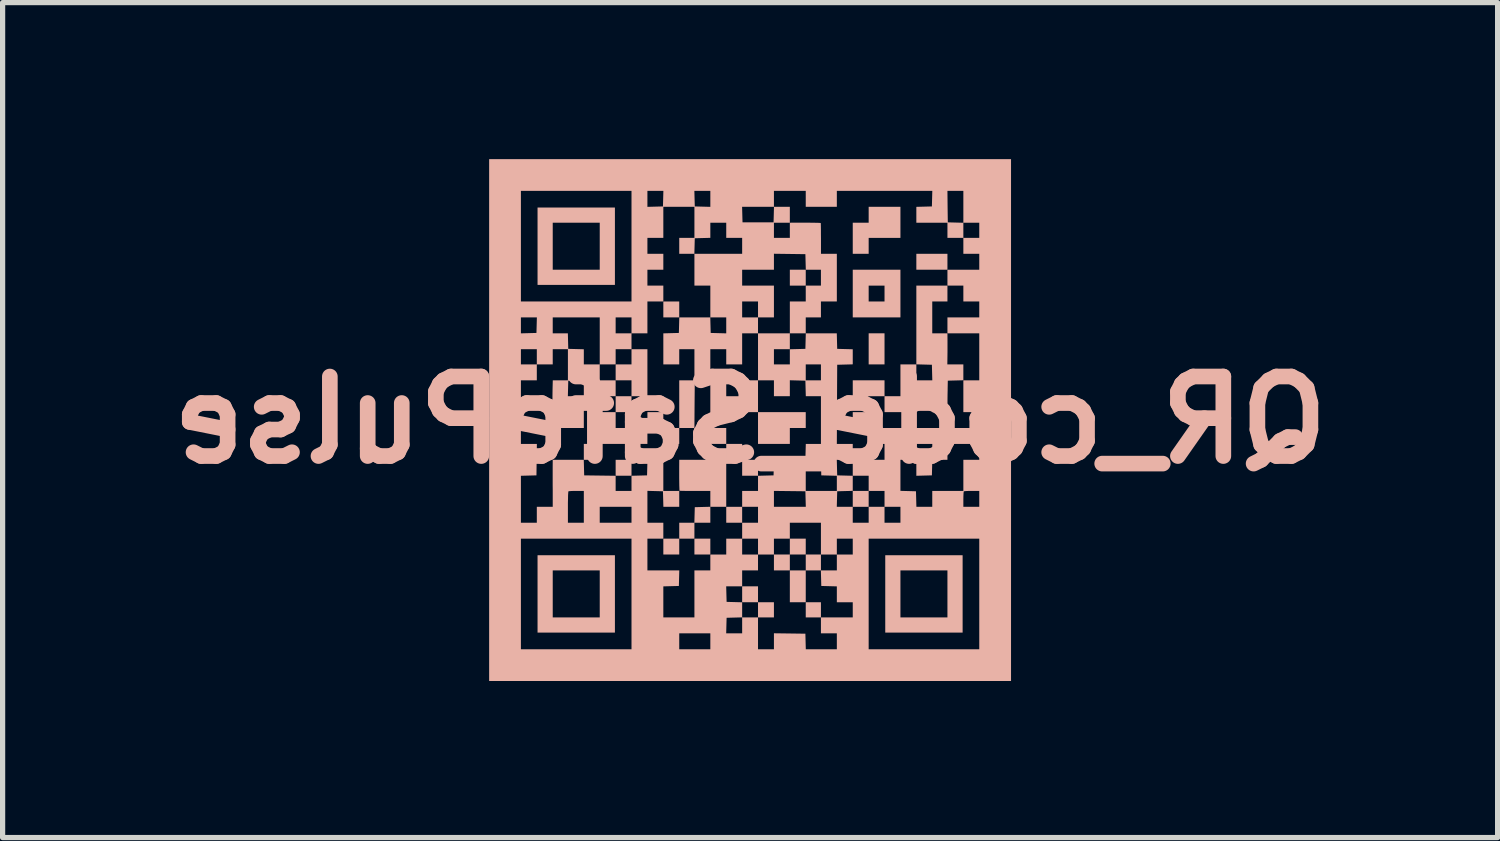
<source format=kicad_pcb>
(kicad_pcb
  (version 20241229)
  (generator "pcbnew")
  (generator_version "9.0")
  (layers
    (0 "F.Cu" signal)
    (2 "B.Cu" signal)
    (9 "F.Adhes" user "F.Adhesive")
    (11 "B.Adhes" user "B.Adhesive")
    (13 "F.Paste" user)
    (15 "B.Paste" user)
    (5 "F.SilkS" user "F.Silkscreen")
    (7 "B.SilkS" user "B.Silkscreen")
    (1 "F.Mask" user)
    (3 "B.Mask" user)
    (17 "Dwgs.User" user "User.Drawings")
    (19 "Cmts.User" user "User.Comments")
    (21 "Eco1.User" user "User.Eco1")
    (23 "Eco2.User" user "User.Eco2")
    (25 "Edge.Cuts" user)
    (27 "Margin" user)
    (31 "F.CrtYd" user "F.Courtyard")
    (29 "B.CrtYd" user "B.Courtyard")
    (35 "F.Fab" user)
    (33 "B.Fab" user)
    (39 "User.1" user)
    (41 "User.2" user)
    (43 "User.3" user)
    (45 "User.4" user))
  (footprint "QR_code_SafePulse"
    (layer "F.Cu")
    (at 11.328 5.002)
    (property "Reference" "QR_code_SafePulse" (at 0 0 0) (layer "B.SilkS") (effects (font (size 1.524 1.524) (thickness 0.3)) (justify mirror)))
    (attr through_hole)
    (fp_poly (pts (xy -2.882 0.457) (xy -3.187 0.457) (xy -3.187 0.762) (xy -2.882 0.762)) (stroke (width 0) (type solid)) (fill yes) (layer "B.SilkS"))
    (fp_poly (pts (xy -2.273 -0.457) (xy -2.577 -0.457) (xy -2.577 -0.152) (xy -2.273 -0.152)) (stroke (width 0) (type solid)) (fill yes) (layer "B.SilkS"))
    (fp_poly (pts (xy -2.273 0.762) (xy -2.577 0.762) (xy -2.577 1.067) (xy -2.273 1.067)) (stroke (width 0) (type solid)) (fill yes) (layer "B.SilkS"))
    (fp_poly (pts (xy -1.663 -0.152) (xy -1.968 -0.152) (xy -1.968 0.152) (xy -1.663 0.152)) (stroke (width 0) (type solid)) (fill yes) (layer "B.SilkS"))
    (fp_poly (pts (xy -1.358 -2.273) (xy -1.663 -2.273) (xy -1.663 -1.968) (xy -1.358 -1.968)) (stroke (width 0) (type solid)) (fill yes) (layer "B.SilkS"))
    (fp_poly (pts (xy -1.358 0.152) (xy -1.663 0.152) (xy -1.663 0.457) (xy -1.358 0.457)) (stroke (width 0) (type solid)) (fill yes) (layer "B.SilkS"))
    (fp_poly (pts (xy -1.358 2.273) (xy -1.663 2.273) (xy -1.663 2.577) (xy -1.358 2.577)) (stroke (width 0) (type solid)) (fill yes) (layer "B.SilkS"))
    (fp_poly (pts (xy -0.762 2.273) (xy -1.067 2.273) (xy -1.067 2.577) (xy -0.762 2.577)) (stroke (width 0) (type solid)) (fill yes) (layer "B.SilkS"))
    (fp_poly (pts (xy -0.457 0.152) (xy -1.067 0.152) (xy -1.067 0.457) (xy -0.457 0.457)) (stroke (width 0) (type solid)) (fill yes) (layer "B.SilkS"))
    (fp_poly (pts (xy -0.152 0.457) (xy -0.457 0.457) (xy -0.457 0.762) (xy -0.152 0.762)) (stroke (width 0) (type solid)) (fill yes) (layer "B.SilkS"))
    (fp_poly (pts (xy -0.152 1.663) (xy -0.457 1.663) (xy -0.457 1.968) (xy -0.152 1.968)) (stroke (width 0) (type solid)) (fill yes) (layer "B.SilkS"))
    (fp_poly (pts (xy 0.152 0.762) (xy -0.152 0.762) (xy -0.152 1.067) (xy 0.152 1.067)) (stroke (width 0) (type solid)) (fill yes) (layer "B.SilkS"))
    (fp_poly (pts (xy 0.152 3.187) (xy -0.152 3.187) (xy -0.152 3.492) (xy 0.152 3.492)) (stroke (width 0) (type solid)) (fill yes) (layer "B.SilkS"))
    (fp_poly (pts (xy 0.457 3.492) (xy 0.152 3.492) (xy 0.152 3.783) (xy 0.457 3.783)) (stroke (width 0) (type solid)) (fill yes) (layer "B.SilkS"))
    (fp_poly (pts (xy 1.067 -2.882) (xy 0.762 -2.882) (xy 0.762 -2.577) (xy 1.067 -2.577)) (stroke (width 0) (type solid)) (fill yes) (layer "B.SilkS"))
    (fp_poly (pts (xy 1.358 3.492) (xy 1.067 3.492) (xy 1.067 3.783) (xy 1.358 3.783)) (stroke (width 0) (type solid)) (fill yes) (layer "B.SilkS"))
    (fp_poly (pts (xy 2.273 -0.152) (xy 1.968 -0.152) (xy 1.968 0.152) (xy 2.273 0.152)) (stroke (width 0) (type solid)) (fill yes) (layer "B.SilkS"))
    (fp_poly (pts (xy 2.273 1.358) (xy 1.968 1.358) (xy 1.968 1.663) (xy 2.273 1.663)) (stroke (width 0) (type solid)) (fill yes) (layer "B.SilkS"))
    (fp_poly (pts (xy 2.577 -1.663) (xy 2.273 -1.663) (xy 2.273 -1.067) (xy 2.577 -1.067)) (stroke (width 0) (type solid)) (fill yes) (layer "B.SilkS"))
    (fp_poly (pts (xy 2.577 -0.762) (xy 1.968 -0.762) (xy 1.968 -0.457) (xy 2.577 -0.457)) (stroke (width 0) (type solid)) (fill yes) (layer "B.SilkS"))
    (fp_poly (pts (xy 3.783 -3.187) (xy 3.187 -3.187) (xy 3.187 -2.882) (xy 3.783 -2.882)) (stroke (width 0) (type solid)) (fill yes) (layer "B.SilkS"))
    (fp_poly (pts (xy -1.968 0.152) (xy -2.577 0.152) (xy -2.577 -0.152) (xy -2.882 -0.152) (xy -2.882 0.457) (xy -1.968 0.457)) (stroke (width 0) (type solid)) (fill yes) (layer "B.SilkS"))
    (fp_poly (pts (xy 0.762 0.152) (xy 1.067 0.152) (xy 1.067 -0.152) (xy 0.152 -0.152) (xy 0.152 0.457) (xy 0.762 0.457)) (stroke (width 0) (type solid)) (fill yes) (layer "B.SilkS"))
    (fp_poly (pts (xy -1.968 -1.358) (xy -2.273 -1.358) (xy -2.273 -1.067) (xy -2.577 -1.067) (xy -2.577 -0.762) (xy -2.273 -0.762) (xy -2.273 -0.457) (xy -1.968 -0.457)) (stroke (width 0) (type solid)) (fill yes) (layer "B.SilkS"))
    (fp_poly (pts (xy 0.152 -0.762) (xy -0.152 -0.762) (xy -0.152 -0.457) (xy -0.457 -0.457) (xy -0.457 -0.762) (xy -0.762 -0.762) (xy -0.762 -0.152) (xy 0.152 -0.152)) (stroke (width 0) (type solid)) (fill yes) (layer "B.SilkS"))
    (fp_poly (pts (xy 2.273 -3.492) (xy 2.882 -3.492) (xy 2.882 -4.088) (xy 2.273 -4.088) (xy 2.273 -3.783) (xy 1.968 -3.783) (xy 1.968 -3.187) (xy 2.273 -3.187)) (stroke (width 0) (type solid)) (fill yes) (layer "B.SilkS"))
    (fp_poly (pts (xy -2.591 -4.074) (xy -4.074 -4.074) (xy -4.074 -2.882) (xy -3.783 -2.882) (xy -3.783 -3.783) (xy -2.882 -3.783) (xy -2.882 -2.882) (xy -3.783 -2.882) (xy -4.074 -2.882) (xy -4.074 -2.591) (xy -2.591 -2.591)) (stroke (width 0) (type solid)) (fill yes) (layer "B.SilkS"))
    (fp_poly (pts (xy -2.591 2.591) (xy -4.074 2.591) (xy -4.074 3.783) (xy -3.783 3.783) (xy -3.783 2.882) (xy -2.882 2.882) (xy -2.882 3.783) (xy -3.783 3.783) (xy -4.074 3.783) (xy -4.074 4.074) (xy -2.591 4.074)) (stroke (width 0) (type solid)) (fill yes) (layer "B.SilkS"))
    (fp_poly (pts (xy 2.882 -2.882) (xy 1.968 -2.882) (xy 1.968 -2.273) (xy 2.273 -2.273) (xy 2.273 -2.577) (xy 2.577 -2.577) (xy 2.577 -2.273) (xy 2.273 -2.273) (xy 1.968 -2.273) (xy 1.968 -1.968) (xy 2.882 -1.968)) (stroke (width 0) (type solid)) (fill yes) (layer "B.SilkS"))
    (fp_poly (pts (xy 4.074 2.591) (xy 2.591 2.591) (xy 2.591 3.783) (xy 2.882 3.783) (xy 2.882 2.882) (xy 3.783 2.882) (xy 3.783 3.783) (xy 2.882 3.783) (xy 2.591 3.783) (xy 2.591 4.074) (xy 4.074 4.074)) (stroke (width 0) (type solid)) (fill yes) (layer "B.SilkS"))
    (fp_poly (pts (xy 1.358 2.882) (xy 1.358 2.577) (xy 1.067 2.577) (xy 1.067 2.273) (xy 0.762 2.273) (xy 0.762 2.577) (xy 0.457 2.577) (xy 0.457 2.882) (xy 0.762 2.882) (xy 0.762 2.577) (xy 1.067 2.577) (xy 1.067 2.882) (xy 0.762 2.882) (xy 0.762 3.492) (xy 1.067 3.492) (xy 1.067 2.882)) (stroke (width 0) (type solid)) (fill yes) (layer "B.SilkS"))
    (fp_poly (pts (xy -1.067 1.968) (xy -0.762 1.968) (xy -0.762 1.663) (xy -0.457 1.663) (xy -0.457 0.762) (xy -1.358 0.762) (xy -1.359 0.911) (xy -1.359 1.009) (xy -1.359 1.102) (xy -1.358 1.186) (xy -1.357 1.258) (xy -1.355 1.312) (xy -1.354 1.345) (xy -1.352 1.355) (xy -1.338 1.356) (xy -1.3 1.357) (xy -1.242 1.358) (xy -1.169 1.358) (xy -1.085 1.359) (xy -1.055 1.359) (xy -0.762 1.359) (xy -0.762 1.662) (xy -0.911 1.666) (xy -1.06 1.67) (xy -1.064 1.819) (xy -1.068 1.968) (xy -1.358 1.968) (xy -1.358 2.273) (xy -1.067 2.273)) (stroke (width 0) (type solid)) (fill yes) (layer "B.SilkS"))
    (fp_poly (pts (xy 2.577 -0.152) (xy 3.187 -0.152) (xy 3.187 -0.458) (xy 3.336 -0.454) (xy 3.485 -0.45) (xy 3.489 -0.301) (xy 3.493 -0.152) (xy 3.783 -0.152) (xy 3.784 -0.301) (xy 3.784 -0.385) (xy 3.785 -0.48) (xy 3.787 -0.57) (xy 3.787 -0.603) (xy 3.79 -0.755) (xy 3.939 -0.759) (xy 4.088 -0.763) (xy 4.088 -1.067) (xy 3.781 -1.067) (xy 3.783 -1.216) (xy 3.784 -1.3) (xy 3.784 -1.396) (xy 3.784 -1.486) (xy 3.784 -1.514) (xy 3.783 -1.663) (xy 3.492 -1.663) (xy 3.492 -2.273) (xy 3.783 -2.273) (xy 3.783 -2.577) (xy 3.187 -2.577) (xy 3.187 -1.068) (xy 3.336 -1.064) (xy 3.485 -1.06) (xy 3.493 -0.762) (xy 3.187 -0.762) (xy 3.187 -1.067) (xy 2.882 -1.067) (xy 2.882 -0.457) (xy 2.577 -0.457)) (stroke (width 0) (type solid)) (fill yes) (layer "B.SilkS"))
    (fp_poly (pts (xy 5.002 -5.002) (xy -5.002 -5.002) (xy -5.002 -2.273) (xy -4.393 -2.273) (xy -4.393 -4.393) (xy -2.273 -4.393) (xy -1.968 -4.393) (xy -1.662 -4.393) (xy -1.068 -4.393) (xy -0.762 -4.393) (xy -0.762 -4.088) (xy -0.153 -4.088) (xy 0.457 -4.088) (xy 0.457 -4.393) (xy 1.067 -4.393) (xy 1.067 -4.088) (xy 1.663 -4.088) (xy 1.663 -4.393) (xy 3.493 -4.393) (xy 3.783 -4.393) (xy 4.088 -4.393) (xy 4.088 -3.783) (xy 4.393 -3.783) (xy 4.393 -3.492) (xy 4.088 -3.492) (xy 4.088 -3.782) (xy 3.939 -3.786) (xy 3.79 -3.79) (xy 3.786 -4.091) (xy 3.783 -4.393) (xy 3.493 -4.393) (xy 3.489 -4.244) (xy 3.485 -4.095) (xy 3.336 -4.091) (xy 3.187 -4.087) (xy 3.187 -3.783) (xy 3.783 -3.783) (xy 3.783 -3.492) (xy 4.088 -3.492) (xy 4.088 -3.187) (xy 4.393 -3.187) (xy 4.393 -2.882) (xy 3.783 -2.882) (xy 3.783 -2.577) (xy 4.088 -2.577) (xy 4.088 -2.273) (xy 4.393 -2.273) (xy 4.393 -1.968) (xy 3.783 -1.968) (xy 3.783 -1.663) (xy 4.393 -1.663) (xy 4.393 -0.762) (xy 4.088 -0.762) (xy 4.088 -0.152) (xy 4.393 -0.152) (xy 4.393 0.152) (xy 2.273 0.152) (xy 2.273 0.457) (xy 2.577 0.457) (xy 2.577 0.762) (xy 1.968 0.762) (xy 1.968 0.457) (xy 1.663 0.457) (xy 1.666 -0.301) (xy 1.67 -1.06) (xy 1.819 -1.064) (xy 1.968 -1.068) (xy 1.968 -1.357) (xy 1.819 -1.361) (xy 1.67 -1.365) (xy 1.666 -1.514) (xy 1.662 -1.663) (xy 1.068 -1.663) (xy 1.064 -1.514) (xy 1.06 -1.365) (xy 0.762 -1.357) (xy 0.762 -1.067) (xy 0.457 -1.067) (xy 0.457 -1.358) (xy 0.762 -1.358) (xy 0.762 -1.663) (xy 1.067 -1.663) (xy 1.067 -1.968) (xy 1.358 -1.968) (xy 1.358 -2.273) (xy 1.663 -2.273) (xy 1.663 -3.187) (xy 1.359 -3.187) (xy 1.359 -3.48) (xy 1.358 -3.567) (xy 1.358 -3.644) (xy 1.357 -3.707) (xy 1.356 -3.752) (xy 1.355 -3.775) (xy 1.355 -3.777) (xy 1.339 -3.779) (xy 1.3 -3.781) (xy 1.241 -3.782) (xy 1.167 -3.783) (xy 1.08 -3.784) (xy 0.985 -3.784) (xy 0.911 -3.784) (xy 0.762 -3.783) (xy 0.762 -4.088) (xy 0.458 -4.088) (xy 0.454 -3.939) (xy 0.45 -3.79) (xy -0.145 -3.79) (xy -0.149 -3.939) (xy -0.153 -4.088) (xy -0.762 -4.088) (xy -0.762 -4.087) (xy -0.911 -4.091) (xy -1.06 -4.095) (xy -1.064 -4.244) (xy -1.068 -4.393) (xy -1.662 -4.393) (xy -1.666 -4.244) (xy -1.67 -4.095) (xy -1.819 -4.091) (xy -1.968 -4.087) (xy -1.968 -4.393) (xy -2.273 -4.393) (xy -2.273 -2.273) (xy -4.393 -2.273) (xy -5.002 -2.273) (xy -5.002 -1.968) (xy -4.393 -1.968) (xy -4.087 -1.968) (xy -4.091 -1.819) (xy -4.095 -1.67) (xy -4.244 -1.666) (xy -4.357 -1.663) (xy -3.783 -1.663) (xy -3.783 -1.968) (xy -2.882 -1.968) (xy -2.882 -1.663) (xy -2.577 -1.663) (xy -2.577 -1.968) (xy -2.273 -1.968) (xy -2.273 -1.663) (xy -2.577 -1.663) (xy -2.882 -1.663) (xy -2.882 -1.067) (xy -3.187 -1.067) (xy -3.187 -1.357) (xy -3.336 -1.361) (xy -3.485 -1.365) (xy -3.489 -1.514) (xy -3.493 -1.663) (xy -3.783 -1.663) (xy -4.357 -1.663) (xy -4.393 -1.662) (xy -4.393 -1.968) (xy -5.002 -1.968) (xy -5.002 -1.067) (xy -4.393 -1.067) (xy -4.393 -1.358) (xy -4.088 -1.358) (xy -4.088 -1.067) (xy -4.393 -1.067) (xy -5.002 -1.067) (xy -5.002 1.968) (xy -4.393 1.968) (xy -4.393 1.068) (xy -4.244 1.064) (xy -4.095 1.06) (xy -4.091 0.759) (xy -4.087 0.457) (xy -4.393 0.457) (xy -4.393 -0.762) (xy -4.088 -0.762) (xy -4.088 -1.067) (xy -3.783 -1.067) (xy -3.783 -1.358) (xy -3.492 -1.358) (xy -3.492 -0.762) (xy -3.782 -0.762) (xy -3.786 -0.606) (xy -3.787 -0.543) (xy -3.788 -0.46) (xy -3.788 -0.457) (xy -3.493 -0.457) (xy -3.489 -0.606) (xy -3.485 -0.755) (xy -3.336 -0.759) (xy -3.187 -0.763) (xy -3.187 -0.457) (xy -3.493 -0.457) (xy -3.788 -0.457) (xy -3.788 -0.363) (xy -3.787 -0.26) (xy -3.786 -0.159) (xy -3.786 -0.149) (xy -3.782 0.152) (xy -3.187 0.152) (xy -3.187 -0.457) (xy -2.577 -0.457) (xy -2.577 -0.762) (xy -2.882 -0.762) (xy -2.882 -1.067) (xy -2.577 -1.067) (xy -2.577 -1.358) (xy -2.273 -1.358) (xy -2.273 -1.663) (xy -1.968 -1.663) (xy -1.968 -2.273) (xy -1.663 -2.273) (xy -1.663 -2.577) (xy -1.968 -2.577) (xy -1.968 -2.882) (xy -1.663 -2.882) (xy -1.663 -3.187) (xy -1.968 -3.187) (xy -1.968 -3.492) (xy -1.663 -3.492) (xy -1.663 -4.088) (xy -1.067 -4.088) (xy -1.067 -3.492) (xy -1.358 -3.492) (xy -1.358 -3.187) (xy -1.068 -3.187) (xy -1.064 -3.336) (xy -1.06 -3.485) (xy -0.911 -3.489) (xy -0.762 -3.493) (xy -0.762 -3.783) (xy -0.457 -3.783) (xy -0.457 -3.492) (xy -0.152 -3.492) (xy 0.457 -3.492) (xy 0.457 -3.783) (xy 0.762 -3.783) (xy 0.762 -3.492) (xy 0.457 -3.492) (xy -0.152 -3.492) (xy -0.152 -3.187) (xy -1.067 -3.187) (xy -1.067 -2.577) (xy -0.762 -2.577) (xy -0.152 -2.577) (xy -0.152 -2.882) (xy 0.457 -2.882) (xy 0.457 -3.188) (xy 0.759 -3.184) (xy 1.06 -3.18) (xy 1.064 -3.031) (xy 1.068 -2.882) (xy 1.358 -2.882) (xy 1.358 -2.577) (xy 1.067 -2.577) (xy 1.067 -2.273) (xy 0.762 -2.273) (xy 0.762 -1.663) (xy 0.152 -1.663) (xy 0.152 -1.968) (xy 0.457 -1.968) (xy 0.457 -2.577) (xy -0.152 -2.577) (xy -0.762 -2.577) (xy -0.762 -1.968) (xy -0.457 -1.968) (xy -0.152 -1.968) (xy -0.152 -2.273) (xy 0.152 -2.273) (xy 0.152 -1.968) (xy -0.152 -1.968) (xy -0.457 -1.968) (xy -0.457 -1.662) (xy -0.606 -1.666) (xy -0.755 -1.67) (xy -0.759 -1.819) (xy -0.763 -1.968) (xy -1.357 -1.968) (xy -1.361 -1.819) (xy -1.365 -1.67) (xy -1.514 -1.666) (xy -1.663 -1.662) (xy -1.663 -1.067) (xy -1.358 -1.067) (xy -1.358 -1.358) (xy -1.067 -1.358) (xy -1.067 -0.762) (xy -1.358 -0.762) (xy -1.358 0.152) (xy -1.067 0.152) (xy -1.064 -0.301) (xy -1.06 -0.755) (xy -0.911 -0.759) (xy -0.762 -0.763) (xy -0.762 -1.358) (xy -0.457 -1.358) (xy -0.457 -1.067) (xy -0.152 -1.067) (xy -0.152 -1.663) (xy 0.152 -1.663) (xy 0.152 -0.762) (xy 0.457 -0.762) (xy 0.457 -0.457) (xy 0.762 -0.457) (xy 0.762 -0.763) (xy 0.798 -0.762) (xy 1.067 -0.762) (xy 1.067 -1.067) (xy 1.358 -1.067) (xy 1.358 -0.762) (xy 1.067 -0.762) (xy 0.798 -0.762) (xy 1.06 -0.755) (xy 1.064 -0.606) (xy 1.068 -0.457) (xy 1.358 -0.457) (xy 1.358 0.457) (xy 1.068 0.457) (xy 1.064 0.606) (xy 1.06 0.755) (xy 0.759 0.759) (xy 0.458 0.763) (xy 0.454 0.911) (xy 0.45 1.06) (xy 0.301 1.064) (xy 0.152 1.068) (xy 0.152 1.358) (xy 1.067 1.358) (xy 1.067 0.762) (xy 1.357 0.762) (xy 1.361 0.911) (xy 1.365 1.06) (xy 1.514 1.064) (xy 1.663 1.068) (xy 1.663 1.358) (xy 1.067 1.358) (xy 0.152 1.358) (xy -0.152 1.358) (xy -0.152 1.663) (xy 0.152 1.663) (xy 0.457 1.663) (xy 0.457 1.358) (xy 1.06 1.365) (xy 1.064 1.514) (xy 1.068 1.663) (xy 1.662 1.663) (xy 1.666 1.514) (xy 1.67 1.365) (xy 1.819 1.361) (xy 1.968 1.357) (xy 1.968 1.068) (xy 1.819 1.064) (xy 1.67 1.06) (xy 1.666 0.911) (xy 1.662 0.762) (xy 1.968 0.762) (xy 1.968 1.067) (xy 2.273 1.067) (xy 2.273 1.357) (xy 2.882 1.357) (xy 2.882 0.762) (xy 3.187 0.762) (xy 3.187 0.457) (xy 3.493 0.457) (xy 3.489 0.606) (xy 3.485 0.755) (xy 3.336 0.759) (xy 3.187 0.763) (xy 3.187 1.068) (xy 3.336 1.064) (xy 3.485 1.06) (xy 3.489 0.911) (xy 3.493 0.762) (xy 3.783 0.762) (xy 3.783 0.457) (xy 4.393 0.457) (xy 4.393 0.762) (xy 4.088 0.762) (xy 4.088 1.358) (xy 3.492 1.358) (xy 3.492 1.663) (xy 4.088 1.663) (xy 4.088 1.52) (xy 4.089 1.459) (xy 4.091 1.409) (xy 4.094 1.377) (xy 4.097 1.367) (xy 4.114 1.363) (xy 4.152 1.36) (xy 4.206 1.358) (xy 4.25 1.358) (xy 4.393 1.358) (xy 4.393 1.663) (xy 4.088 1.663) (xy 3.492 1.663) (xy 3.188 1.663) (xy 3.184 1.514) (xy 3.18 1.365) (xy 3.031 1.361) (xy 2.882 1.357) (xy 2.273 1.357) (xy 2.273 1.358) (xy 2.577 1.358) (xy 2.577 1.663) (xy 2.273 1.663) (xy 2.273 1.968) (xy 2.577 1.968) (xy 2.577 1.663) (xy 2.882 1.663) (xy 2.882 1.968) (xy 2.577 1.968) (xy 2.273 1.968) (xy 1.968 1.968) (xy 1.968 1.663) (xy 1.662 1.663) (xy 1.068 1.663) (xy 0.457 1.663) (xy 0.152 1.663) (xy 0.152 1.968) (xy -0.152 1.968) (xy -0.152 2.273) (xy -0.457 2.273) (xy -0.457 2.577) (xy -0.152 2.577) (xy -0.152 2.273) (xy 0.152 2.273) (xy 0.152 2.577) (xy -0.152 2.577) (xy -0.457 2.577) (xy -0.762 2.577) (xy -0.762 2.882) (xy -1.067 2.882) (xy -1.067 3.783) (xy -1.663 3.783) (xy -1.663 3.188) (xy -1.514 3.184) (xy -1.365 3.18) (xy -1.357 2.882) (xy -1.968 2.882) (xy -1.968 2.273) (xy -1.663 2.273) (xy -1.663 1.968) (xy -1.968 1.968) (xy -1.968 1.357) (xy -1.819 1.361) (xy -1.67 1.365) (xy -1.666 1.514) (xy -1.662 1.663) (xy -1.358 1.663) (xy -1.358 1.358) (xy -1.663 1.358) (xy -1.663 0.762) (xy -1.967 0.762) (xy -1.971 0.911) (xy -1.975 1.06) (xy -2.124 1.064) (xy -2.273 1.068) (xy -2.273 1.358) (xy -2.577 1.358) (xy -2.577 1.068) (xy -2.879 1.064) (xy -3.18 1.06) (xy -3.184 0.911) (xy -3.188 0.762) (xy -3.783 0.762) (xy -3.784 0.911) (xy -3.784 0.972) (xy -3.784 1.053) (xy -3.784 1.148) (xy -3.784 1.25) (xy -3.783 1.35) (xy -3.783 1.361) (xy -3.783 1.663) (xy -4.088 1.663) (xy -4.088 1.968) (xy -3.492 1.968) (xy -3.492 1.672) (xy -3.492 1.584) (xy -3.49 1.506) (xy -3.489 1.441) (xy -3.486 1.395) (xy -3.484 1.37) (xy -3.483 1.367) (xy -3.466 1.363) (xy -3.427 1.36) (xy -3.374 1.358) (xy -3.33 1.358) (xy -3.187 1.358) (xy -3.187 1.968) (xy -2.882 1.968) (xy -2.882 1.663) (xy -2.273 1.663) (xy -2.273 1.968) (xy -2.882 1.968) (xy -3.187 1.968) (xy -3.492 1.968) (xy -4.088 1.968) (xy -4.393 1.968) (xy -5.002 1.968) (xy -5.002 4.393) (xy -4.393 4.393) (xy -4.393 2.273) (xy -2.273 2.273) (xy -2.273 4.393) (xy -1.358 4.393) (xy -1.358 4.088) (xy -0.762 4.088) (xy -0.458 4.088) (xy -0.454 3.939) (xy -0.45 3.79) (xy -0.301 3.786) (xy -0.152 3.782) (xy -0.152 3.493) (xy -0.301 3.489) (xy -0.45 3.485) (xy -0.454 3.336) (xy -0.458 3.187) (xy -0.152 3.187) (xy -0.152 2.882) (xy 0.152 2.882) (xy 0.152 2.577) (xy 0.457 2.577) (xy 0.457 2.273) (xy 0.762 2.273) (xy 0.762 1.968) (xy 1.358 1.968) (xy 1.358 2.577) (xy 1.663 2.577) (xy 1.663 2.273) (xy 1.968 2.273) (xy 1.968 2.577) (xy 1.663 2.577) (xy 1.663 2.882) (xy 1.357 2.882) (xy 1.365 3.18) (xy 1.514 3.184) (xy 1.663 3.188) (xy 1.663 3.492) (xy 1.968 3.492) (xy 1.968 3.783) (xy 1.358 3.783) (xy 1.358 4.088) (xy 1.663 4.088) (xy 1.663 4.393) (xy 2.273 4.393) (xy 2.273 2.273) (xy 4.393 2.273) (xy 4.393 4.393) (xy 2.273 4.393) (xy 1.663 4.393) (xy 1.068 4.393) (xy 1.064 4.244) (xy 1.06 4.095) (xy 0.759 4.091) (xy 0.457 4.087) (xy 0.457 4.393) (xy 0.152 4.393) (xy 0.152 3.783) (xy -0.152 3.783) (xy -0.152 4.088) (xy -0.458 4.088) (xy -0.762 4.088) (xy -0.762 4.393) (xy -1.358 4.393) (xy -2.273 4.393) (xy -4.393 4.393) (xy -5.002 4.393) (xy -5.002 5.002) (xy 5.002 5.002)) (stroke (width 0) (type solid)) (fill yes) (layer "B.SilkS")))
  (gr_rect
    (start -3 -3)
    (end 25.657 13.005)
    (stroke (width 0.1) (type default))
    (fill no)
    (layer "Edge.Cuts")))
</source>
